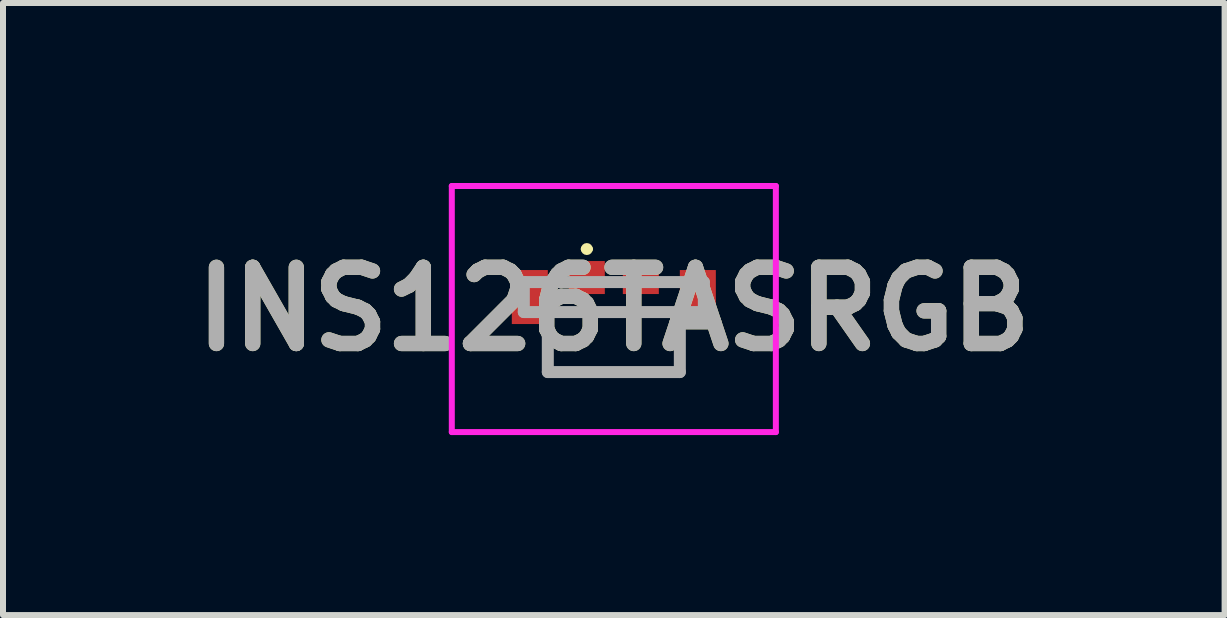
<source format=kicad_pcb>
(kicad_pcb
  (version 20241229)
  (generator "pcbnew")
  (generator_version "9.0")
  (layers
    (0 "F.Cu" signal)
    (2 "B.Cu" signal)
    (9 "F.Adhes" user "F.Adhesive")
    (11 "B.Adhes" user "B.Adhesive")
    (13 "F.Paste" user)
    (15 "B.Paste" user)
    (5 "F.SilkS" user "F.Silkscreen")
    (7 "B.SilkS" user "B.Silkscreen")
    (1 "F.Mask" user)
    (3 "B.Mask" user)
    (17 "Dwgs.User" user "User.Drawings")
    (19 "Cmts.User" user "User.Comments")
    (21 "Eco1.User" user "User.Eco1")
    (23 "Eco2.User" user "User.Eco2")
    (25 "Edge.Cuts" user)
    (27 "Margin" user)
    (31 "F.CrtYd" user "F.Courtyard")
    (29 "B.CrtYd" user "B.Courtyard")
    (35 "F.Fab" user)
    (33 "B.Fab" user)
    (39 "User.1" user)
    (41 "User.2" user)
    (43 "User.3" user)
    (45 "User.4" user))
  (footprint "INS126TASRGB"
    (layer "F.Cu")
    (at 7.179 1.9)
    (property "Reference" "INS126TASRGB" (at 0 0.2 0) (layer "F.SilkS") (effects (font (size 1.27 1.27) (thickness 0.254))))
    (attr smd)
    (fp_line (start -1.1 0.6) (end -1.1 1.25) (stroke (width 0.1) (type solid)) (layer "F.SilkS"))
    (fp_line (start -1.1 1.25) (end 1.1 1.25) (stroke (width 0.1) (type solid)) (layer "F.SilkS"))
    (fp_line (start -0.9 0.25) (end 0.9 0.25) (stroke (width 0.1) (type solid)) (layer "F.SilkS"))
    (fp_line (start -0.5 -0.8) (end -0.5 -0.8) (stroke (width 0.1) (type solid)) (layer "F.SilkS"))
    (fp_line (start -0.4 -0.8) (end -0.4 -0.8) (stroke (width 0.1) (type solid)) (layer "F.SilkS"))
    (fp_line (start 1.1 1.25) (end 1.1 0.6) (stroke (width 0.1) (type solid)) (layer "F.SilkS"))
    (fp_arc (start -0.5 -0.8) (mid -0.45 -0.85) (end -0.4 -0.8) (stroke (width 0.1) (type solid)) (layer "F.SilkS"))
    (fp_arc (start -0.4 -0.8) (mid -0.45 -0.75) (end -0.5 -0.8) (stroke (width 0.1) (type solid)) (layer "F.SilkS"))
    (fp_line (start -2.7 -1.85) (end 2.7 -1.85) (stroke (width 0.1) (type solid)) (layer "F.CrtYd"))
    (fp_line (start -2.7 2.25) (end -2.7 -1.85) (stroke (width 0.1) (type solid)) (layer "F.CrtYd"))
    (fp_line (start 2.7 -1.85) (end 2.7 2.25) (stroke (width 0.1) (type solid)) (layer "F.CrtYd"))
    (fp_line (start 2.7 2.25) (end -2.7 2.25) (stroke (width 0.1) (type solid)) (layer "F.CrtYd"))
    (fp_line (start -1.5 -0.25) (end 1.5 -0.25) (stroke (width 0.2) (type solid)) (layer "F.Fab"))
    (fp_line (start -1.5 0.25) (end -1.5 -0.25) (stroke (width 0.2) (type solid)) (layer "F.Fab"))
    (fp_line (start -1.1 0.25) (end -1.1 1.25) (stroke (width 0.2) (type solid)) (layer "F.Fab"))
    (fp_line (start -1.1 1.25) (end 1.1 1.25) (stroke (width 0.2) (type solid)) (layer "F.Fab"))
    (fp_line (start 1.1 1.25) (end 1.1 0.25) (stroke (width 0.2) (type solid)) (layer "F.Fab"))
    (fp_line (start 1.5 -0.25) (end 1.5 0.25) (stroke (width 0.2) (type solid)) (layer "F.Fab"))
    (fp_line (start 1.5 0.25) (end -1.5 0.25) (stroke (width 0.2) (type solid)) (layer "F.Fab"))
    (fp_text user "${REFERENCE}" (at 0 0.2 0) (layer "F.Fab") (effects (font (size 1.27 1.27) (thickness 0.254))))
    (pad "1" smd rect (at -0.45 -0.325 90) (size 0.55 0.6) (layers "F.Cu" "F.Mask" "F.Paste"))
    (pad "2" smd rect (at 0.45 -0.325 90) (size 0.55 0.6) (layers "F.Cu" "F.Mask" "F.Paste"))
    (pad "3" smd rect (at -1.4 0) (size 0.6 0.9) (layers "F.Cu" "F.Mask" "F.Paste"))
    (pad "4" smd rect (at 1.4 0) (size 0.6 0.9) (layers "F.Cu" "F.Mask" "F.Paste")))
  (gr_rect
    (start -3 -3)
    (end 17.357 7.2)
    (stroke (width 0.1) (type default))
    (fill no)
    (layer "Edge.Cuts")))
</source>
